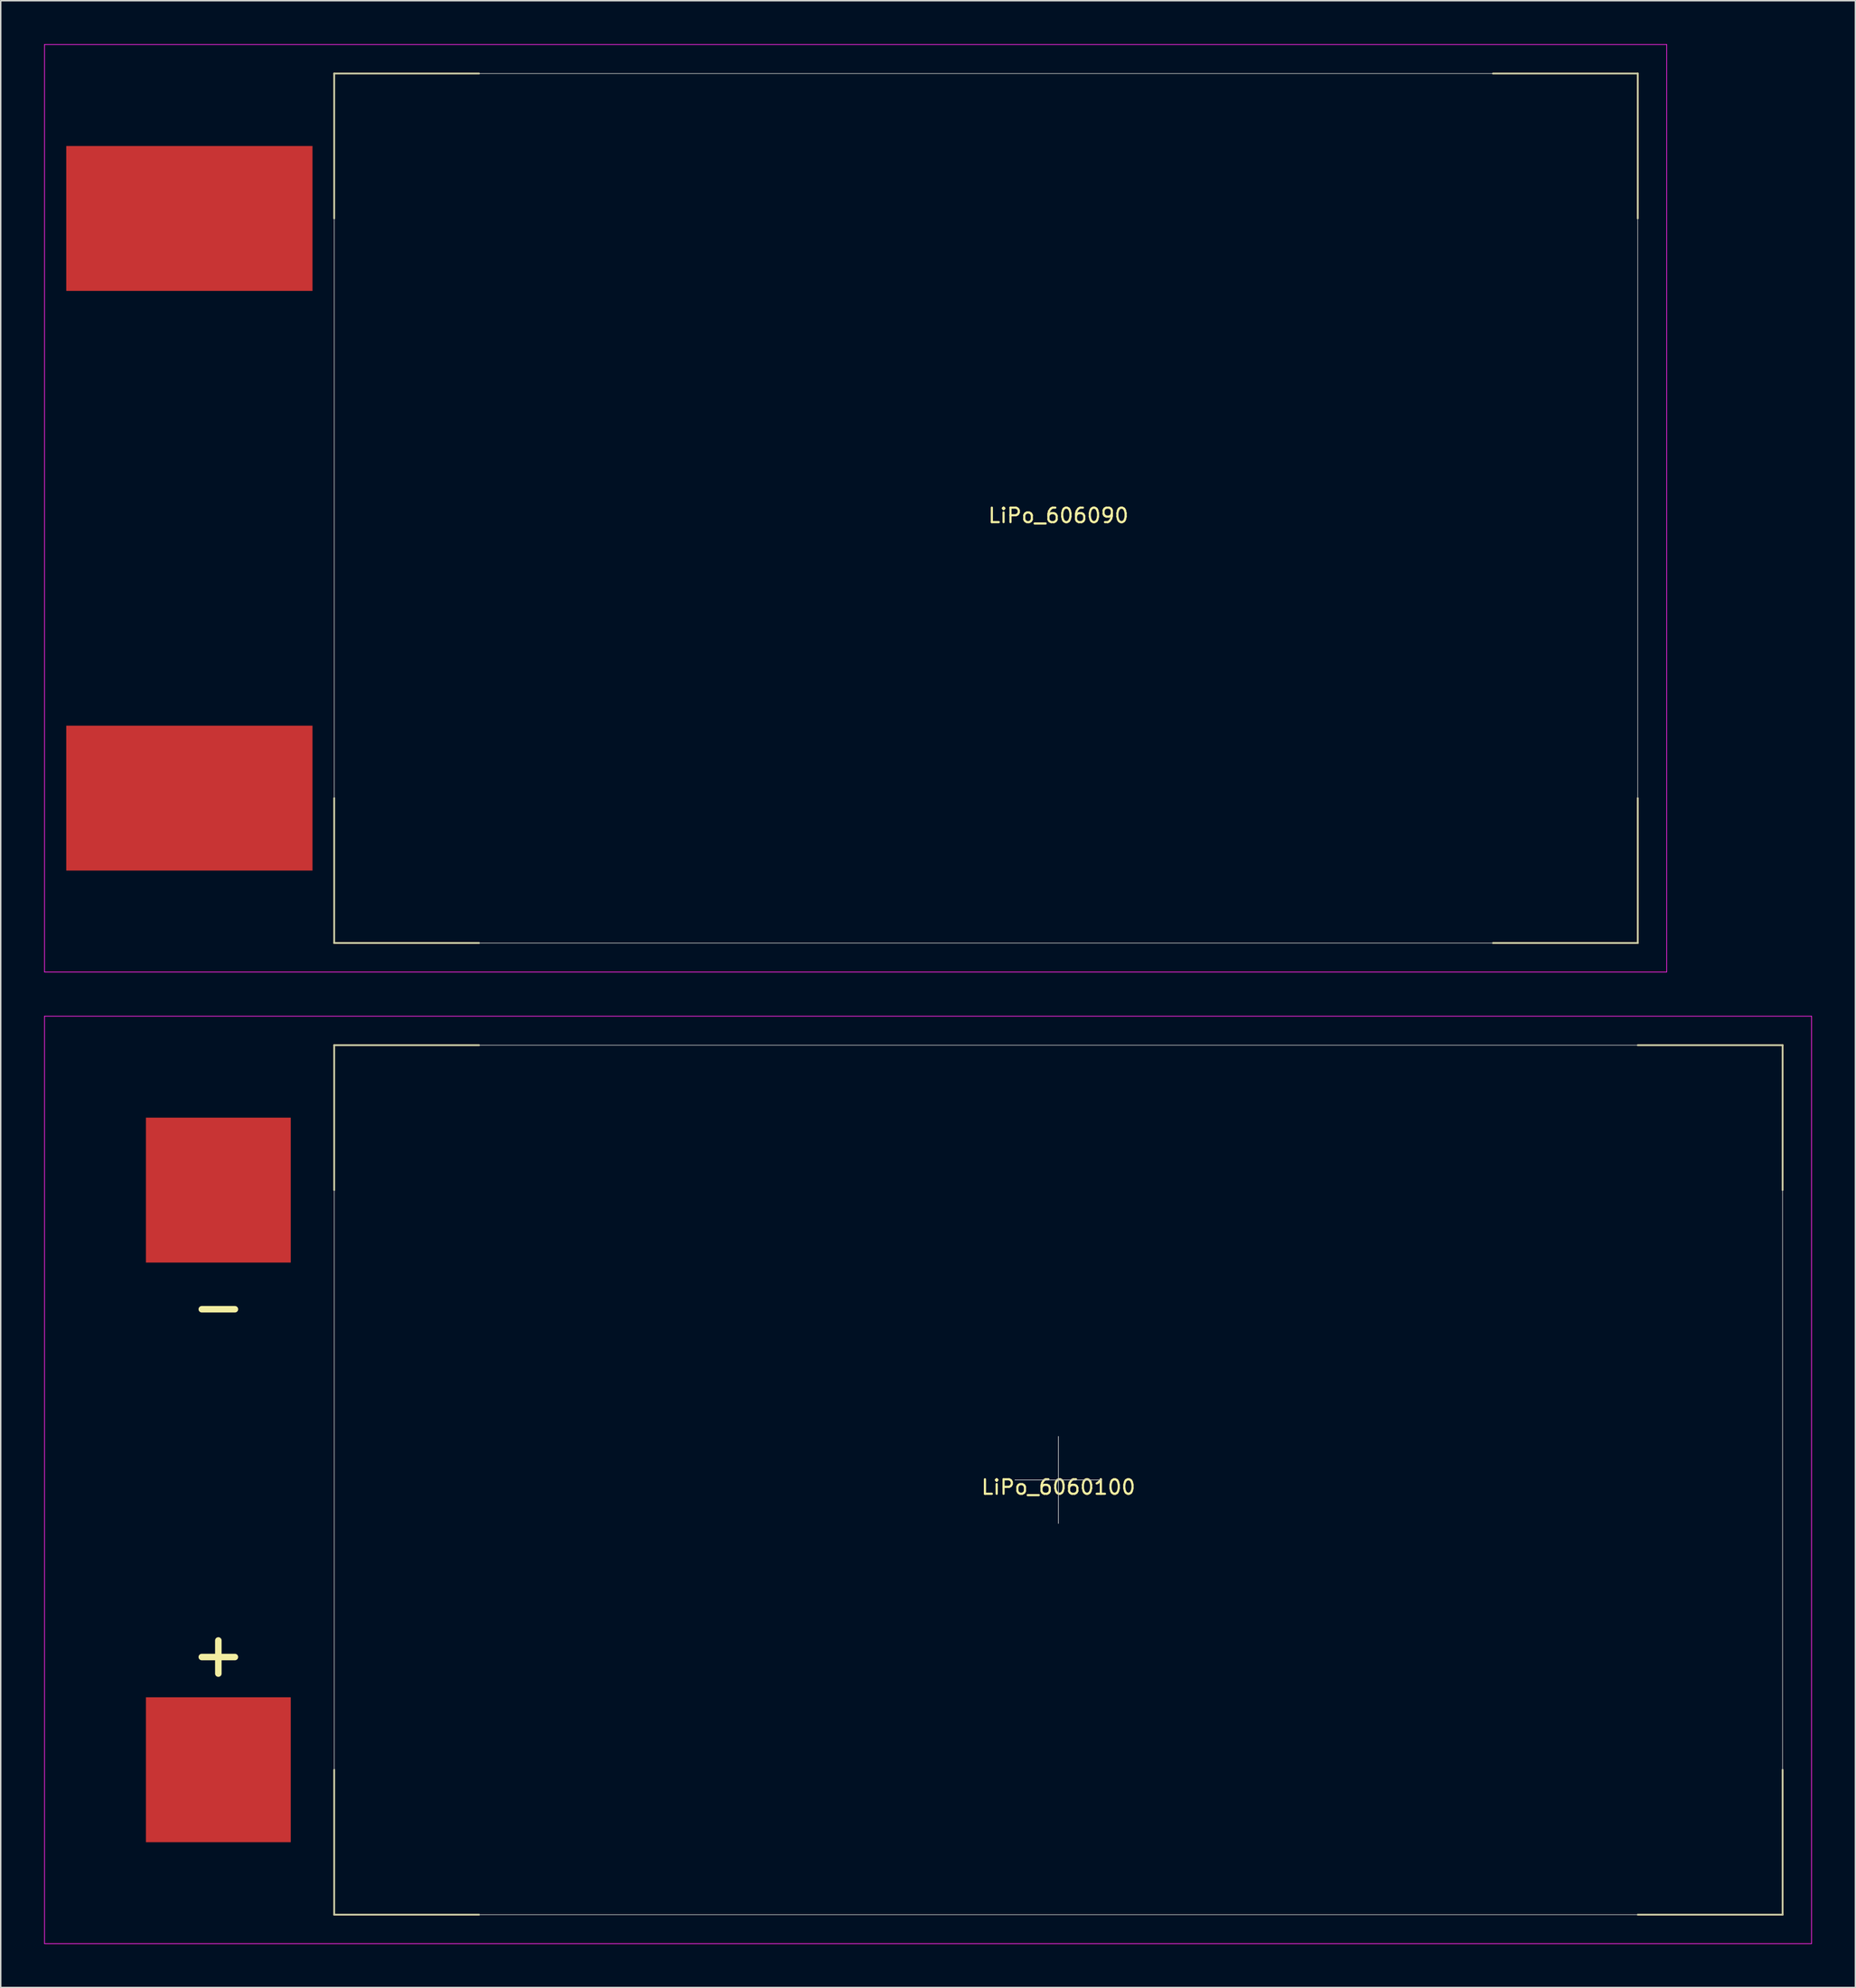
<source format=kicad_pcb>
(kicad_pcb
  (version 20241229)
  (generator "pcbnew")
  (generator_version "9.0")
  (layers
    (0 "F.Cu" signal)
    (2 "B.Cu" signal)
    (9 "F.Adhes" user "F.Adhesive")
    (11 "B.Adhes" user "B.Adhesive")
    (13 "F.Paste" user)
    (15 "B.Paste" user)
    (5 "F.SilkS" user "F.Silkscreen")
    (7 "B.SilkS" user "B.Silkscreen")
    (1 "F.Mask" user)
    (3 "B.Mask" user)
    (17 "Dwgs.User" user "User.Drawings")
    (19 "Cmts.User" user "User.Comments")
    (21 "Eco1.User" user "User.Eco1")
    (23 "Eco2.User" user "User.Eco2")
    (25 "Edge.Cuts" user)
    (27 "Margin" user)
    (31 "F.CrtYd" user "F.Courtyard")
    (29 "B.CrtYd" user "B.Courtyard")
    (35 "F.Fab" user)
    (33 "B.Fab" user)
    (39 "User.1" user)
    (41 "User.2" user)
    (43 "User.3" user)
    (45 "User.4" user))
  (footprint "LiPo_6060100"
    (layer "F.Cu")
    (at 70.025 99.075)
    (property "Reference" "LiPo_6060100" (at 0 0.5 0) (layer "F.SilkS") (effects (font (size 1 1) (thickness 0.15))))
    (attr through_hole)
    (fp_line (start -50 -30) (end -40 -30) (stroke (width 0.12) (type solid)) (layer "F.SilkS"))
    (fp_line (start -50 -20) (end -50 -30) (stroke (width 0.12) (type solid)) (layer "F.SilkS"))
    (fp_line (start -50 30) (end -50 20) (stroke (width 0.12) (type solid)) (layer "F.SilkS"))
    (fp_line (start -40 30) (end -50 30) (stroke (width 0.12) (type solid)) (layer "F.SilkS"))
    (fp_line (start 40 30) (end 50 30) (stroke (width 0.12) (type solid)) (layer "F.SilkS"))
    (fp_line (start 50 -30) (end 40 -30) (stroke (width 0.12) (type solid)) (layer "F.SilkS"))
    (fp_line (start 50 -20) (end 50 -30) (stroke (width 0.12) (type solid)) (layer "F.SilkS"))
    (fp_line (start 50 30) (end 50 20) (stroke (width 0.12) (type solid)) (layer "F.SilkS"))
    (fp_line (start -3 0) (end 3 0) (stroke (width 0.05) (type solid)) (layer "Dwgs.User"))
    (fp_line (start 0 3) (end 0 -3) (stroke (width 0.05) (type solid)) (layer "Dwgs.User"))
    (fp_line (start -70 -32) (end 52 -32) (stroke (width 0.05) (type solid)) (layer "F.CrtYd"))
    (fp_line (start -70 32) (end -70 -32) (stroke (width 0.05) (type solid)) (layer "F.CrtYd"))
    (fp_line (start 52 -32) (end 52 32) (stroke (width 0.05) (type solid)) (layer "F.CrtYd"))
    (fp_line (start 52 32) (end -70 32) (stroke (width 0.05) (type solid)) (layer "F.CrtYd"))
    (fp_line (start -50 -30) (end -50 30) (stroke (width 0.05) (type solid)) (layer "F.Fab"))
    (fp_line (start -50 30) (end 50 30) (stroke (width 0.05) (type solid)) (layer "F.Fab"))
    (fp_line (start 50 -30) (end -50 -30) (stroke (width 0.05) (type solid)) (layer "F.Fab"))
    (fp_line (start 50 30) (end 50 -30) (stroke (width 0.05) (type solid)) (layer "F.Fab"))
    (fp_text user "-" (at -58 -12 0) (layer "F.SilkS") (effects (font (size 3 3) (thickness 0.45))))
    (fp_text user "+" (at -58 12 0) (layer "F.SilkS") (effects (font (size 3 3) (thickness 0.45))))
    (pad "1" smd rect (at -58 20) (size 10 10) (layers "F.Cu" "F.Mask"))
    (pad "2" smd rect (at -58 -20) (size 10 10) (layers "F.Cu" "F.Mask")))
  (footprint "LiPo_606090"
    (layer "F.Cu")
    (at 65.025 32.025)
    (property "Reference" "LiPo_606090" (at 5 0.5 0) (layer "F.SilkS") (effects (font (size 1 1) (thickness 0.15))))
    (attr through_hole)
    (fp_line (start -45 -30) (end -35 -30) (stroke (width 0.12) (type solid)) (layer "F.SilkS"))
    (fp_line (start -45 -20) (end -45 -30) (stroke (width 0.12) (type solid)) (layer "F.SilkS"))
    (fp_line (start -45 30) (end -45 20) (stroke (width 0.12) (type solid)) (layer "F.SilkS"))
    (fp_line (start -35 30) (end -45 30) (stroke (width 0.12) (type solid)) (layer "F.SilkS"))
    (fp_line (start 35 30) (end 45 30) (stroke (width 0.12) (type solid)) (layer "F.SilkS"))
    (fp_line (start 45 -30) (end 35 -30) (stroke (width 0.12) (type solid)) (layer "F.SilkS"))
    (fp_line (start 45 -20) (end 45 -30) (stroke (width 0.12) (type solid)) (layer "F.SilkS"))
    (fp_line (start 45 30) (end 45 20) (stroke (width 0.12) (type solid)) (layer "F.SilkS"))
    (fp_line (start -65 -32) (end 47 -32) (stroke (width 0.05) (type solid)) (layer "F.CrtYd"))
    (fp_line (start -65 32) (end -65 -32) (stroke (width 0.05) (type solid)) (layer "F.CrtYd"))
    (fp_line (start 47 -32) (end 47 32) (stroke (width 0.05) (type solid)) (layer "F.CrtYd"))
    (fp_line (start 47 32) (end -65 32) (stroke (width 0.05) (type solid)) (layer "F.CrtYd"))
    (fp_line (start -45 -30) (end -45 30) (stroke (width 0.05) (type solid)) (layer "F.Fab"))
    (fp_line (start -45 30) (end 45 30) (stroke (width 0.05) (type solid)) (layer "F.Fab"))
    (fp_line (start 45 -30) (end -45 -30) (stroke (width 0.05) (type solid)) (layer "F.Fab"))
    (fp_line (start 45 30) (end 45 -30) (stroke (width 0.05) (type solid)) (layer "F.Fab"))
    (pad "1" smd rect (at -55 20) (size 17 10) (layers "F.Cu" "F.Mask"))
    (pad "2" smd rect (at -55 -20) (size 17 10) (layers "F.Cu" "F.Mask")))
  (gr_rect
    (start -3 -3)
    (end 125.05 134.1)
    (stroke (width 0.1) (type default))
    (fill no)
    (layer "Edge.Cuts")))
</source>
